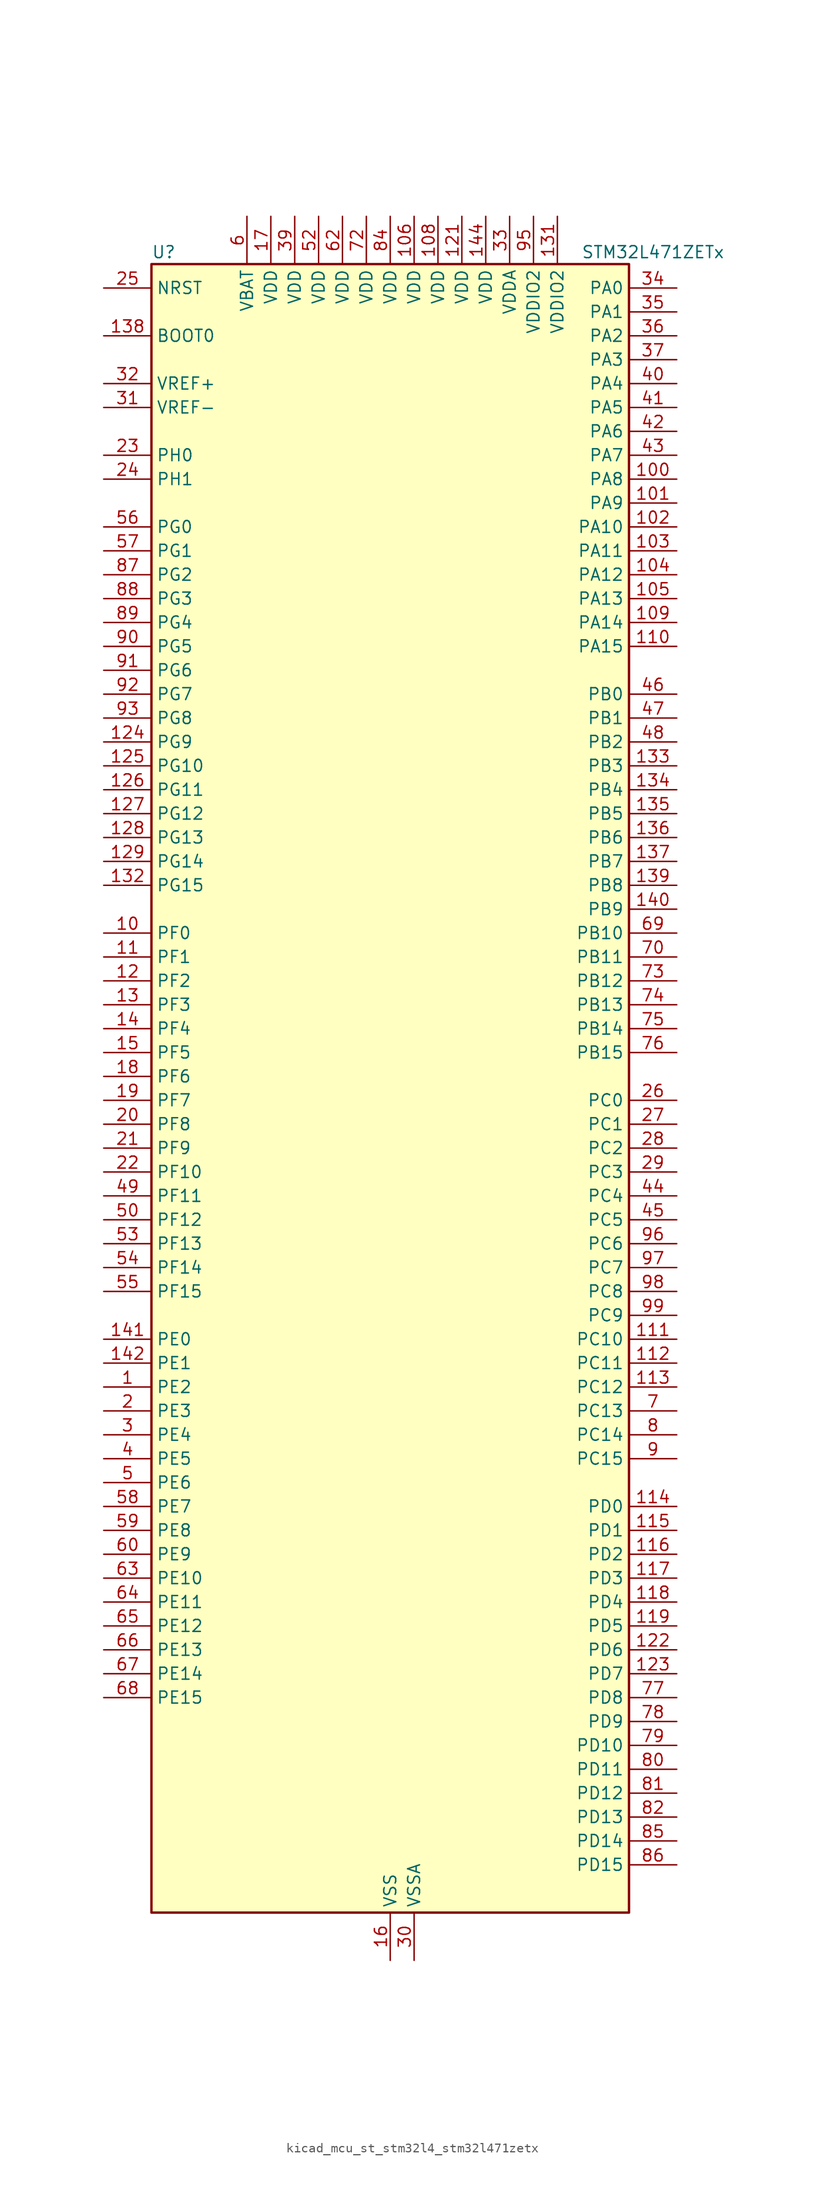
<source format=kicad_sym>
(kicad_symbol_lib
  (version 20220914)
  (generator kicad_symbol_editor)
  (symbol "kicad_mcu_st_stm32l4_stm32l471zetx"
    (property "Reference" "U"
      (at -25.4 90.17 0)
      (effects (font (size 1.27 1.27)) (justify left)))
    (property "Value" "STM32L471ZETx"
      (at 20.32 90.17 0)
      (effects (font (size 1.27 1.27)) (justify left)))
    (property "ki_locked" ""
      (at 0 0 0)
      (effects (font (size 1.27 1.27))))
    (symbol "kicad_mcu_st_stm32l4_stm32l471zetx_0_1"
      (rectangle (start -25.4 -86.36) (end 25.4 88.9) (stroke (width 0.254) (type default)) (fill (type background))))
    (symbol "kicad_mcu_st_stm32l4_stm32l471zetx_1_1"
      (pin bidirectional line (at -30.48 -30.48 0) (length 5.08) (name "PE2" (effects (font (size 1.27 1.27)))) (number "1" (effects (font (size 1.27 1.27)))) (alternate "FMC_A23" bidirectional line) (alternate "SAI1_MCLK_A" bidirectional line) (alternate "SYS_TRACECLK" bidirectional line) (alternate "TIM3_ETR" bidirectional line) (alternate "TSC_G7_IO1" bidirectional line))
      (pin bidirectional line (at -30.48 17.78 0) (length 5.08) (name "PF0" (effects (font (size 1.27 1.27)))) (number "10" (effects (font (size 1.27 1.27)))) (alternate "FMC_A0" bidirectional line) (alternate "I2C2_SDA" bidirectional line))
      (pin bidirectional line (at 30.48 66.04 180) (length 5.08) (name "PA8" (effects (font (size 1.27 1.27)))) (number "100" (effects (font (size 1.27 1.27)))) (alternate "LPTIM2_OUT" bidirectional line) (alternate "RCC_MCO" bidirectional line) (alternate "TIM1_CH1" bidirectional line) (alternate "USART1_CK" bidirectional line))
      (pin bidirectional line (at 30.48 63.5 180) (length 5.08) (name "PA9" (effects (font (size 1.27 1.27)))) (number "101" (effects (font (size 1.27 1.27)))) (alternate "DAC1_EXTI9" bidirectional line) (alternate "TIM15_BKIN" bidirectional line) (alternate "TIM1_CH2" bidirectional line) (alternate "USART1_TX" bidirectional line))
      (pin bidirectional line (at 30.48 60.96 180) (length 5.08) (name "PA10" (effects (font (size 1.27 1.27)))) (number "102" (effects (font (size 1.27 1.27)))) (alternate "TIM17_BKIN" bidirectional line) (alternate "TIM1_CH3" bidirectional line) (alternate "USART1_RX" bidirectional line))
      (pin bidirectional line (at 30.48 58.42 180) (length 5.08) (name "PA11" (effects (font (size 1.27 1.27)))) (number "103" (effects (font (size 1.27 1.27)))) (alternate "ADC1_EXTI11" bidirectional line) (alternate "ADC2_EXTI11" bidirectional line) (alternate "ADC3_EXTI11" bidirectional line) (alternate "CAN1_RX" bidirectional line) (alternate "TIM1_BKIN2" bidirectional line) (alternate "TIM1_BKIN2_COMP1" bidirectional line) (alternate "TIM1_CH4" bidirectional line) (alternate "USART1_CTS" bidirectional line))
      (pin bidirectional line (at 30.48 55.88 180) (length 5.08) (name "PA12" (effects (font (size 1.27 1.27)))) (number "104" (effects (font (size 1.27 1.27)))) (alternate "CAN1_TX" bidirectional line) (alternate "TIM1_ETR" bidirectional line) (alternate "USART1_DE" bidirectional line) (alternate "USART1_RTS" bidirectional line))
      (pin bidirectional line (at 30.48 53.34 180) (length 5.08) (name "PA13" (effects (font (size 1.27 1.27)))) (number "105" (effects (font (size 1.27 1.27)))) (alternate "IR_OUT" bidirectional line) (alternate "SYS_JTMS-SWDIO" bidirectional line))
      (pin power_in line (at 2.54 93.98 270) (length 5.08) (name "VDD" (effects (font (size 1.27 1.27)))) (number "106" (effects (font (size 1.27 1.27)))))
      (pin passive line (at 0 -91.44 90) (length 5.08) hide (name "VSS" (effects (font (size 1.27 1.27)))) (number "107" (effects (font (size 1.27 1.27)))))
      (pin power_in line (at 5.08 93.98 270) (length 5.08) (name "VDD" (effects (font (size 1.27 1.27)))) (number "108" (effects (font (size 1.27 1.27)))))
      (pin bidirectional line (at 30.48 50.8 180) (length 5.08) (name "PA14" (effects (font (size 1.27 1.27)))) (number "109" (effects (font (size 1.27 1.27)))) (alternate "SYS_JTCK-SWCLK" bidirectional line))
      (pin bidirectional line (at -30.48 15.24 0) (length 5.08) (name "PF1" (effects (font (size 1.27 1.27)))) (number "11" (effects (font (size 1.27 1.27)))) (alternate "FMC_A1" bidirectional line) (alternate "I2C2_SCL" bidirectional line))
      (pin bidirectional line (at 30.48 48.26 180) (length 5.08) (name "PA15" (effects (font (size 1.27 1.27)))) (number "110" (effects (font (size 1.27 1.27)))) (alternate "ADC1_EXTI15" bidirectional line) (alternate "ADC2_EXTI15" bidirectional line) (alternate "ADC3_EXTI15" bidirectional line) (alternate "SAI2_FS_B" bidirectional line) (alternate "SPI1_NSS" bidirectional line) (alternate "SPI3_NSS" bidirectional line) (alternate "SYS_JTDI" bidirectional line) (alternate "TIM2_CH1" bidirectional line) (alternate "TIM2_ETR" bidirectional line) (alternate "TSC_G3_IO1" bidirectional line) (alternate "UART4_DE" bidirectional line) (alternate "UART4_RTS" bidirectional line))
      (pin bidirectional line (at 30.48 -25.4 180) (length 5.08) (name "PC10" (effects (font (size 1.27 1.27)))) (number "111" (effects (font (size 1.27 1.27)))) (alternate "SAI2_SCK_B" bidirectional line) (alternate "SDMMC1_D2" bidirectional line) (alternate "SPI3_SCK" bidirectional line) (alternate "TSC_G3_IO2" bidirectional line) (alternate "UART4_TX" bidirectional line) (alternate "USART3_TX" bidirectional line))
      (pin bidirectional line (at 30.48 -27.94 180) (length 5.08) (name "PC11" (effects (font (size 1.27 1.27)))) (number "112" (effects (font (size 1.27 1.27)))) (alternate "ADC1_EXTI11" bidirectional line) (alternate "ADC2_EXTI11" bidirectional line) (alternate "ADC3_EXTI11" bidirectional line) (alternate "SAI2_MCLK_B" bidirectional line) (alternate "SDMMC1_D3" bidirectional line) (alternate "SPI3_MISO" bidirectional line) (alternate "TSC_G3_IO3" bidirectional line) (alternate "UART4_RX" bidirectional line) (alternate "USART3_RX" bidirectional line))
      (pin bidirectional line (at 30.48 -30.48 180) (length 5.08) (name "PC12" (effects (font (size 1.27 1.27)))) (number "113" (effects (font (size 1.27 1.27)))) (alternate "SAI2_SD_B" bidirectional line) (alternate "SDMMC1_CK" bidirectional line) (alternate "SPI3_MOSI" bidirectional line) (alternate "TSC_G3_IO4" bidirectional line) (alternate "UART5_TX" bidirectional line) (alternate "USART3_CK" bidirectional line))
      (pin bidirectional line (at 30.48 -43.18 180) (length 5.08) (name "PD0" (effects (font (size 1.27 1.27)))) (number "114" (effects (font (size 1.27 1.27)))) (alternate "CAN1_RX" bidirectional line) (alternate "DFSDM1_DATIN7" bidirectional line) (alternate "FMC_D2" bidirectional line) (alternate "FMC_DA2" bidirectional line) (alternate "SPI2_NSS" bidirectional line))
      (pin bidirectional line (at 30.48 -45.72 180) (length 5.08) (name "PD1" (effects (font (size 1.27 1.27)))) (number "115" (effects (font (size 1.27 1.27)))) (alternate "CAN1_TX" bidirectional line) (alternate "DFSDM1_CKIN7" bidirectional line) (alternate "FMC_D3" bidirectional line) (alternate "FMC_DA3" bidirectional line) (alternate "SPI2_SCK" bidirectional line))
      (pin bidirectional line (at 30.48 -48.26 180) (length 5.08) (name "PD2" (effects (font (size 1.27 1.27)))) (number "116" (effects (font (size 1.27 1.27)))) (alternate "SDMMC1_CMD" bidirectional line) (alternate "TIM3_ETR" bidirectional line) (alternate "TSC_SYNC" bidirectional line) (alternate "UART5_RX" bidirectional line) (alternate "USART3_DE" bidirectional line) (alternate "USART3_RTS" bidirectional line))
      (pin bidirectional line (at 30.48 -50.8 180) (length 5.08) (name "PD3" (effects (font (size 1.27 1.27)))) (number "117" (effects (font (size 1.27 1.27)))) (alternate "DFSDM1_DATIN0" bidirectional line) (alternate "FMC_CLK" bidirectional line) (alternate "SPI2_MISO" bidirectional line) (alternate "USART2_CTS" bidirectional line))
      (pin bidirectional line (at 30.48 -53.34 180) (length 5.08) (name "PD4" (effects (font (size 1.27 1.27)))) (number "118" (effects (font (size 1.27 1.27)))) (alternate "DFSDM1_CKIN0" bidirectional line) (alternate "FMC_NOE" bidirectional line) (alternate "SPI2_MOSI" bidirectional line) (alternate "USART2_DE" bidirectional line) (alternate "USART2_RTS" bidirectional line))
      (pin bidirectional line (at 30.48 -55.88 180) (length 5.08) (name "PD5" (effects (font (size 1.27 1.27)))) (number "119" (effects (font (size 1.27 1.27)))) (alternate "FMC_NWE" bidirectional line) (alternate "USART2_TX" bidirectional line))
      (pin bidirectional line (at -30.48 12.7 0) (length 5.08) (name "PF2" (effects (font (size 1.27 1.27)))) (number "12" (effects (font (size 1.27 1.27)))) (alternate "FMC_A2" bidirectional line) (alternate "I2C2_SMBA" bidirectional line))
      (pin passive line (at 0 -91.44 90) (length 5.08) hide (name "VSS" (effects (font (size 1.27 1.27)))) (number "120" (effects (font (size 1.27 1.27)))))
      (pin power_in line (at 7.62 93.98 270) (length 5.08) (name "VDD" (effects (font (size 1.27 1.27)))) (number "121" (effects (font (size 1.27 1.27)))))
      (pin bidirectional line (at 30.48 -58.42 180) (length 5.08) (name "PD6" (effects (font (size 1.27 1.27)))) (number "122" (effects (font (size 1.27 1.27)))) (alternate "DFSDM1_DATIN1" bidirectional line) (alternate "FMC_NWAIT" bidirectional line) (alternate "SAI1_SD_A" bidirectional line) (alternate "USART2_RX" bidirectional line))
      (pin bidirectional line (at 30.48 -60.96 180) (length 5.08) (name "PD7" (effects (font (size 1.27 1.27)))) (number "123" (effects (font (size 1.27 1.27)))) (alternate "DFSDM1_CKIN1" bidirectional line) (alternate "FMC_NE1" bidirectional line) (alternate "USART2_CK" bidirectional line))
      (pin bidirectional line (at -30.48 38.1 0) (length 5.08) (name "PG9" (effects (font (size 1.27 1.27)))) (number "124" (effects (font (size 1.27 1.27)))) (alternate "DAC1_EXTI9" bidirectional line) (alternate "FMC_NCE3" bidirectional line) (alternate "FMC_NE2" bidirectional line) (alternate "SAI2_SCK_A" bidirectional line) (alternate "SPI3_SCK" bidirectional line) (alternate "TIM15_CH1N" bidirectional line) (alternate "USART1_TX" bidirectional line))
      (pin bidirectional line (at -30.48 35.56 0) (length 5.08) (name "PG10" (effects (font (size 1.27 1.27)))) (number "125" (effects (font (size 1.27 1.27)))) (alternate "FMC_NE3" bidirectional line) (alternate "LPTIM1_IN1" bidirectional line) (alternate "SAI2_FS_A" bidirectional line) (alternate "SPI3_MISO" bidirectional line) (alternate "TIM15_CH1" bidirectional line) (alternate "USART1_RX" bidirectional line))
      (pin bidirectional line (at -30.48 33.02 0) (length 5.08) (name "PG11" (effects (font (size 1.27 1.27)))) (number "126" (effects (font (size 1.27 1.27)))) (alternate "ADC1_EXTI11" bidirectional line) (alternate "ADC2_EXTI11" bidirectional line) (alternate "ADC3_EXTI11" bidirectional line) (alternate "LPTIM1_IN2" bidirectional line) (alternate "SAI2_MCLK_A" bidirectional line) (alternate "SPI3_MOSI" bidirectional line) (alternate "TIM15_CH2" bidirectional line) (alternate "USART1_CTS" bidirectional line))
      (pin bidirectional line (at -30.48 30.48 0) (length 5.08) (name "PG12" (effects (font (size 1.27 1.27)))) (number "127" (effects (font (size 1.27 1.27)))) (alternate "FMC_NE4" bidirectional line) (alternate "LPTIM1_ETR" bidirectional line) (alternate "SAI2_SD_A" bidirectional line) (alternate "SPI3_NSS" bidirectional line) (alternate "USART1_DE" bidirectional line) (alternate "USART1_RTS" bidirectional line))
      (pin bidirectional line (at -30.48 27.94 0) (length 5.08) (name "PG13" (effects (font (size 1.27 1.27)))) (number "128" (effects (font (size 1.27 1.27)))) (alternate "FMC_A24" bidirectional line) (alternate "I2C1_SDA" bidirectional line) (alternate "USART1_CK" bidirectional line))
      (pin bidirectional line (at -30.48 25.4 0) (length 5.08) (name "PG14" (effects (font (size 1.27 1.27)))) (number "129" (effects (font (size 1.27 1.27)))) (alternate "FMC_A25" bidirectional line) (alternate "I2C1_SCL" bidirectional line))
      (pin bidirectional line (at -30.48 10.16 0) (length 5.08) (name "PF3" (effects (font (size 1.27 1.27)))) (number "13" (effects (font (size 1.27 1.27)))) (alternate "ADC3_IN6" bidirectional line) (alternate "FMC_A3" bidirectional line))
      (pin passive line (at 0 -91.44 90) (length 5.08) hide (name "VSS" (effects (font (size 1.27 1.27)))) (number "130" (effects (font (size 1.27 1.27)))))
      (pin power_in line (at 17.78 93.98 270) (length 5.08) (name "VDDIO2" (effects (font (size 1.27 1.27)))) (number "131" (effects (font (size 1.27 1.27)))))
      (pin bidirectional line (at -30.48 22.86 0) (length 5.08) (name "PG15" (effects (font (size 1.27 1.27)))) (number "132" (effects (font (size 1.27 1.27)))) (alternate "ADC1_EXTI15" bidirectional line) (alternate "ADC2_EXTI15" bidirectional line) (alternate "ADC3_EXTI15" bidirectional line) (alternate "I2C1_SMBA" bidirectional line) (alternate "LPTIM1_OUT" bidirectional line))
      (pin bidirectional line (at 30.48 35.56 180) (length 5.08) (name "PB3" (effects (font (size 1.27 1.27)))) (number "133" (effects (font (size 1.27 1.27)))) (alternate "COMP2_INM" bidirectional line) (alternate "SAI1_SCK_B" bidirectional line) (alternate "SPI1_SCK" bidirectional line) (alternate "SPI3_SCK" bidirectional line) (alternate "SYS_JTDO-SWO" bidirectional line) (alternate "TIM2_CH2" bidirectional line) (alternate "USART1_DE" bidirectional line) (alternate "USART1_RTS" bidirectional line))
      (pin bidirectional line (at 30.48 33.02 180) (length 5.08) (name "PB4" (effects (font (size 1.27 1.27)))) (number "134" (effects (font (size 1.27 1.27)))) (alternate "COMP2_INP" bidirectional line) (alternate "SAI1_MCLK_B" bidirectional line) (alternate "SPI1_MISO" bidirectional line) (alternate "SPI3_MISO" bidirectional line) (alternate "SYS_JTRST" bidirectional line) (alternate "TIM17_BKIN" bidirectional line) (alternate "TIM3_CH1" bidirectional line) (alternate "TSC_G2_IO1" bidirectional line) (alternate "UART5_DE" bidirectional line) (alternate "UART5_RTS" bidirectional line) (alternate "USART1_CTS" bidirectional line))
      (pin bidirectional line (at 30.48 30.48 180) (length 5.08) (name "PB5" (effects (font (size 1.27 1.27)))) (number "135" (effects (font (size 1.27 1.27)))) (alternate "COMP2_OUT" bidirectional line) (alternate "I2C1_SMBA" bidirectional line) (alternate "LPTIM1_IN1" bidirectional line) (alternate "SAI1_SD_B" bidirectional line) (alternate "SPI1_MOSI" bidirectional line) (alternate "SPI3_MOSI" bidirectional line) (alternate "TIM16_BKIN" bidirectional line) (alternate "TIM3_CH2" bidirectional line) (alternate "TSC_G2_IO2" bidirectional line) (alternate "UART5_CTS" bidirectional line) (alternate "USART1_CK" bidirectional line))
      (pin bidirectional line (at 30.48 27.94 180) (length 5.08) (name "PB6" (effects (font (size 1.27 1.27)))) (number "136" (effects (font (size 1.27 1.27)))) (alternate "COMP2_INP" bidirectional line) (alternate "DFSDM1_DATIN5" bidirectional line) (alternate "I2C1_SCL" bidirectional line) (alternate "LPTIM1_ETR" bidirectional line) (alternate "SAI1_FS_B" bidirectional line) (alternate "TIM16_CH1N" bidirectional line) (alternate "TIM4_CH1" bidirectional line) (alternate "TIM8_BKIN2" bidirectional line) (alternate "TIM8_BKIN2_COMP2" bidirectional line) (alternate "TSC_G2_IO3" bidirectional line) (alternate "USART1_TX" bidirectional line))
      (pin bidirectional line (at 30.48 25.4 180) (length 5.08) (name "PB7" (effects (font (size 1.27 1.27)))) (number "137" (effects (font (size 1.27 1.27)))) (alternate "COMP2_INM" bidirectional line) (alternate "DFSDM1_CKIN5" bidirectional line) (alternate "FMC_NL" bidirectional line) (alternate "I2C1_SDA" bidirectional line) (alternate "LPTIM1_IN2" bidirectional line) (alternate "SYS_PVD_IN" bidirectional line) (alternate "TIM17_CH1N" bidirectional line) (alternate "TIM4_CH2" bidirectional line) (alternate "TIM8_BKIN" bidirectional line) (alternate "TIM8_BKIN_COMP1" bidirectional line) (alternate "TSC_G2_IO4" bidirectional line) (alternate "UART4_CTS" bidirectional line) (alternate "USART1_RX" bidirectional line))
      (pin input line (at -30.48 81.28 0) (length 5.08) (name "BOOT0" (effects (font (size 1.27 1.27)))) (number "138" (effects (font (size 1.27 1.27)))))
      (pin bidirectional line (at 30.48 22.86 180) (length 5.08) (name "PB8" (effects (font (size 1.27 1.27)))) (number "139" (effects (font (size 1.27 1.27)))) (alternate "CAN1_RX" bidirectional line) (alternate "DFSDM1_DATIN6" bidirectional line) (alternate "I2C1_SCL" bidirectional line) (alternate "SAI1_MCLK_A" bidirectional line) (alternate "SDMMC1_D4" bidirectional line) (alternate "TIM16_CH1" bidirectional line) (alternate "TIM4_CH3" bidirectional line))
      (pin bidirectional line (at -30.48 7.62 0) (length 5.08) (name "PF4" (effects (font (size 1.27 1.27)))) (number "14" (effects (font (size 1.27 1.27)))) (alternate "ADC3_IN7" bidirectional line) (alternate "FMC_A4" bidirectional line))
      (pin bidirectional line (at 30.48 20.32 180) (length 5.08) (name "PB9" (effects (font (size 1.27 1.27)))) (number "140" (effects (font (size 1.27 1.27)))) (alternate "CAN1_TX" bidirectional line) (alternate "DAC1_EXTI9" bidirectional line) (alternate "DFSDM1_CKIN6" bidirectional line) (alternate "I2C1_SDA" bidirectional line) (alternate "IR_OUT" bidirectional line) (alternate "SAI1_FS_A" bidirectional line) (alternate "SDMMC1_D5" bidirectional line) (alternate "SPI2_NSS" bidirectional line) (alternate "TIM17_CH1" bidirectional line) (alternate "TIM4_CH4" bidirectional line))
      (pin bidirectional line (at -30.48 -25.4 0) (length 5.08) (name "PE0" (effects (font (size 1.27 1.27)))) (number "141" (effects (font (size 1.27 1.27)))) (alternate "FMC_NBL0" bidirectional line) (alternate "TIM16_CH1" bidirectional line) (alternate "TIM4_ETR" bidirectional line))
      (pin bidirectional line (at -30.48 -27.94 0) (length 5.08) (name "PE1" (effects (font (size 1.27 1.27)))) (number "142" (effects (font (size 1.27 1.27)))) (alternate "FMC_NBL1" bidirectional line) (alternate "TIM17_CH1" bidirectional line))
      (pin passive line (at 0 -91.44 90) (length 5.08) hide (name "VSS" (effects (font (size 1.27 1.27)))) (number "143" (effects (font (size 1.27 1.27)))))
      (pin power_in line (at 10.16 93.98 270) (length 5.08) (name "VDD" (effects (font (size 1.27 1.27)))) (number "144" (effects (font (size 1.27 1.27)))))
      (pin bidirectional line (at -30.48 5.08 0) (length 5.08) (name "PF5" (effects (font (size 1.27 1.27)))) (number "15" (effects (font (size 1.27 1.27)))) (alternate "ADC3_IN8" bidirectional line) (alternate "FMC_A5" bidirectional line))
      (pin power_in line (at 0 -91.44 90) (length 5.08) (name "VSS" (effects (font (size 1.27 1.27)))) (number "16" (effects (font (size 1.27 1.27)))))
      (pin power_in line (at -12.7 93.98 270) (length 5.08) (name "VDD" (effects (font (size 1.27 1.27)))) (number "17" (effects (font (size 1.27 1.27)))))
      (pin bidirectional line (at -30.48 2.54 0) (length 5.08) (name "PF6" (effects (font (size 1.27 1.27)))) (number "18" (effects (font (size 1.27 1.27)))) (alternate "ADC3_IN9" bidirectional line) (alternate "SAI1_SD_B" bidirectional line) (alternate "TIM5_CH1" bidirectional line) (alternate "TIM5_ETR" bidirectional line))
      (pin bidirectional line (at -30.48 0 0) (length 5.08) (name "PF7" (effects (font (size 1.27 1.27)))) (number "19" (effects (font (size 1.27 1.27)))) (alternate "ADC3_IN10" bidirectional line) (alternate "SAI1_MCLK_B" bidirectional line) (alternate "TIM5_CH2" bidirectional line))
      (pin bidirectional line (at -30.48 -33.02 0) (length 5.08) (name "PE3" (effects (font (size 1.27 1.27)))) (number "2" (effects (font (size 1.27 1.27)))) (alternate "FMC_A19" bidirectional line) (alternate "SAI1_SD_B" bidirectional line) (alternate "SYS_TRACED0" bidirectional line) (alternate "TIM3_CH1" bidirectional line) (alternate "TSC_G7_IO2" bidirectional line))
      (pin bidirectional line (at -30.48 -2.54 0) (length 5.08) (name "PF8" (effects (font (size 1.27 1.27)))) (number "20" (effects (font (size 1.27 1.27)))) (alternate "ADC3_IN11" bidirectional line) (alternate "SAI1_SCK_B" bidirectional line) (alternate "TIM5_CH3" bidirectional line))
      (pin bidirectional line (at -30.48 -5.08 0) (length 5.08) (name "PF9" (effects (font (size 1.27 1.27)))) (number "21" (effects (font (size 1.27 1.27)))) (alternate "ADC3_IN12" bidirectional line) (alternate "DAC1_EXTI9" bidirectional line) (alternate "SAI1_FS_B" bidirectional line) (alternate "TIM15_CH1" bidirectional line) (alternate "TIM5_CH4" bidirectional line))
      (pin bidirectional line (at -30.48 -7.62 0) (length 5.08) (name "PF10" (effects (font (size 1.27 1.27)))) (number "22" (effects (font (size 1.27 1.27)))) (alternate "ADC3_IN13" bidirectional line) (alternate "TIM15_CH2" bidirectional line))
      (pin bidirectional line (at -30.48 68.58 0) (length 5.08) (name "PH0" (effects (font (size 1.27 1.27)))) (number "23" (effects (font (size 1.27 1.27)))) (alternate "RCC_OSC_IN" bidirectional line))
      (pin bidirectional line (at -30.48 66.04 0) (length 5.08) (name "PH1" (effects (font (size 1.27 1.27)))) (number "24" (effects (font (size 1.27 1.27)))) (alternate "RCC_OSC_OUT" bidirectional line))
      (pin input line (at -30.48 86.36 0) (length 5.08) (name "NRST" (effects (font (size 1.27 1.27)))) (number "25" (effects (font (size 1.27 1.27)))))
      (pin bidirectional line (at 30.48 0 180) (length 5.08) (name "PC0" (effects (font (size 1.27 1.27)))) (number "26" (effects (font (size 1.27 1.27)))) (alternate "ADC1_IN1" bidirectional line) (alternate "ADC2_IN1" bidirectional line) (alternate "ADC3_IN1" bidirectional line) (alternate "DFSDM1_DATIN4" bidirectional line) (alternate "I2C3_SCL" bidirectional line) (alternate "LPTIM1_IN1" bidirectional line) (alternate "LPTIM2_IN1" bidirectional line) (alternate "LPUART1_RX" bidirectional line))
      (pin bidirectional line (at 30.48 -2.54 180) (length 5.08) (name "PC1" (effects (font (size 1.27 1.27)))) (number "27" (effects (font (size 1.27 1.27)))) (alternate "ADC1_IN2" bidirectional line) (alternate "ADC2_IN2" bidirectional line) (alternate "ADC3_IN2" bidirectional line) (alternate "DFSDM1_CKIN4" bidirectional line) (alternate "I2C3_SDA" bidirectional line) (alternate "LPTIM1_OUT" bidirectional line) (alternate "LPUART1_TX" bidirectional line))
      (pin bidirectional line (at 30.48 -5.08 180) (length 5.08) (name "PC2" (effects (font (size 1.27 1.27)))) (number "28" (effects (font (size 1.27 1.27)))) (alternate "ADC1_IN3" bidirectional line) (alternate "ADC2_IN3" bidirectional line) (alternate "ADC3_IN3" bidirectional line) (alternate "DFSDM1_CKOUT" bidirectional line) (alternate "LPTIM1_IN2" bidirectional line) (alternate "SPI2_MISO" bidirectional line))
      (pin bidirectional line (at 30.48 -7.62 180) (length 5.08) (name "PC3" (effects (font (size 1.27 1.27)))) (number "29" (effects (font (size 1.27 1.27)))) (alternate "ADC1_IN4" bidirectional line) (alternate "ADC2_IN4" bidirectional line) (alternate "ADC3_IN4" bidirectional line) (alternate "LPTIM1_ETR" bidirectional line) (alternate "LPTIM2_ETR" bidirectional line) (alternate "SAI1_SD_A" bidirectional line) (alternate "SPI2_MOSI" bidirectional line))
      (pin bidirectional line (at -30.48 -35.56 0) (length 5.08) (name "PE4" (effects (font (size 1.27 1.27)))) (number "3" (effects (font (size 1.27 1.27)))) (alternate "DFSDM1_DATIN3" bidirectional line) (alternate "FMC_A20" bidirectional line) (alternate "SAI1_FS_A" bidirectional line) (alternate "SYS_TRACED1" bidirectional line) (alternate "TIM3_CH2" bidirectional line) (alternate "TSC_G7_IO3" bidirectional line))
      (pin power_in line (at 2.54 -91.44 90) (length 5.08) (name "VSSA" (effects (font (size 1.27 1.27)))) (number "30" (effects (font (size 1.27 1.27)))))
      (pin input line (at -30.48 73.66 0) (length 5.08) (name "VREF-" (effects (font (size 1.27 1.27)))) (number "31" (effects (font (size 1.27 1.27)))))
      (pin input line (at -30.48 76.2 0) (length 5.08) (name "VREF+" (effects (font (size 1.27 1.27)))) (number "32" (effects (font (size 1.27 1.27)))) (alternate "VREFBUF_OUT" bidirectional line))
      (pin power_in line (at 12.7 93.98 270) (length 5.08) (name "VDDA" (effects (font (size 1.27 1.27)))) (number "33" (effects (font (size 1.27 1.27)))))
      (pin bidirectional line (at 30.48 86.36 180) (length 5.08) (name "PA0" (effects (font (size 1.27 1.27)))) (number "34" (effects (font (size 1.27 1.27)))) (alternate "ADC1_IN5" bidirectional line) (alternate "ADC2_IN5" bidirectional line) (alternate "OPAMP1_VINP" bidirectional line) (alternate "RTC_TAMP2" bidirectional line) (alternate "SAI1_EXTCLK" bidirectional line) (alternate "SYS_WKUP1" bidirectional line) (alternate "TIM2_CH1" bidirectional line) (alternate "TIM2_ETR" bidirectional line) (alternate "TIM5_CH1" bidirectional line) (alternate "TIM8_ETR" bidirectional line) (alternate "UART4_TX" bidirectional line) (alternate "USART2_CTS" bidirectional line))
      (pin bidirectional line (at 30.48 83.82 180) (length 5.08) (name "PA1" (effects (font (size 1.27 1.27)))) (number "35" (effects (font (size 1.27 1.27)))) (alternate "ADC1_IN6" bidirectional line) (alternate "ADC2_IN6" bidirectional line) (alternate "OPAMP1_VINM" bidirectional line) (alternate "TIM15_CH1N" bidirectional line) (alternate "TIM2_CH2" bidirectional line) (alternate "TIM5_CH2" bidirectional line) (alternate "UART4_RX" bidirectional line) (alternate "USART2_DE" bidirectional line) (alternate "USART2_RTS" bidirectional line))
      (pin bidirectional line (at 30.48 81.28 180) (length 5.08) (name "PA2" (effects (font (size 1.27 1.27)))) (number "36" (effects (font (size 1.27 1.27)))) (alternate "ADC1_IN7" bidirectional line) (alternate "ADC2_IN7" bidirectional line) (alternate "RCC_LSCO" bidirectional line) (alternate "SAI2_EXTCLK" bidirectional line) (alternate "SYS_WKUP4" bidirectional line) (alternate "TIM15_CH1" bidirectional line) (alternate "TIM2_CH3" bidirectional line) (alternate "TIM5_CH3" bidirectional line) (alternate "USART2_TX" bidirectional line))
      (pin bidirectional line (at 30.48 78.74 180) (length 5.08) (name "PA3" (effects (font (size 1.27 1.27)))) (number "37" (effects (font (size 1.27 1.27)))) (alternate "ADC1_IN8" bidirectional line) (alternate "ADC2_IN8" bidirectional line) (alternate "OPAMP1_VOUT" bidirectional line) (alternate "TIM15_CH2" bidirectional line) (alternate "TIM2_CH4" bidirectional line) (alternate "TIM5_CH4" bidirectional line) (alternate "USART2_RX" bidirectional line))
      (pin passive line (at 0 -91.44 90) (length 5.08) hide (name "VSS" (effects (font (size 1.27 1.27)))) (number "38" (effects (font (size 1.27 1.27)))))
      (pin power_in line (at -10.16 93.98 270) (length 5.08) (name "VDD" (effects (font (size 1.27 1.27)))) (number "39" (effects (font (size 1.27 1.27)))))
      (pin bidirectional line (at -30.48 -38.1 0) (length 5.08) (name "PE5" (effects (font (size 1.27 1.27)))) (number "4" (effects (font (size 1.27 1.27)))) (alternate "DFSDM1_CKIN3" bidirectional line) (alternate "FMC_A21" bidirectional line) (alternate "SAI1_SCK_A" bidirectional line) (alternate "SYS_TRACED2" bidirectional line) (alternate "TIM3_CH3" bidirectional line) (alternate "TSC_G7_IO4" bidirectional line))
      (pin bidirectional line (at 30.48 76.2 180) (length 5.08) (name "PA4" (effects (font (size 1.27 1.27)))) (number "40" (effects (font (size 1.27 1.27)))) (alternate "ADC1_IN9" bidirectional line) (alternate "ADC2_IN9" bidirectional line) (alternate "DAC1_OUT1" bidirectional line) (alternate "LPTIM2_OUT" bidirectional line) (alternate "SAI1_FS_B" bidirectional line) (alternate "SPI1_NSS" bidirectional line) (alternate "SPI3_NSS" bidirectional line) (alternate "USART2_CK" bidirectional line))
      (pin bidirectional line (at 30.48 73.66 180) (length 5.08) (name "PA5" (effects (font (size 1.27 1.27)))) (number "41" (effects (font (size 1.27 1.27)))) (alternate "ADC1_IN10" bidirectional line) (alternate "ADC2_IN10" bidirectional line) (alternate "DAC1_OUT2" bidirectional line) (alternate "LPTIM2_ETR" bidirectional line) (alternate "SPI1_SCK" bidirectional line) (alternate "TIM2_CH1" bidirectional line) (alternate "TIM2_ETR" bidirectional line) (alternate "TIM8_CH1N" bidirectional line))
      (pin bidirectional line (at 30.48 71.12 180) (length 5.08) (name "PA6" (effects (font (size 1.27 1.27)))) (number "42" (effects (font (size 1.27 1.27)))) (alternate "ADC1_IN11" bidirectional line) (alternate "ADC2_IN11" bidirectional line) (alternate "OPAMP2_VINP" bidirectional line) (alternate "QUADSPI_BK1_IO3" bidirectional line) (alternate "SPI1_MISO" bidirectional line) (alternate "TIM16_CH1" bidirectional line) (alternate "TIM1_BKIN" bidirectional line) (alternate "TIM1_BKIN_COMP2" bidirectional line) (alternate "TIM3_CH1" bidirectional line) (alternate "TIM8_BKIN" bidirectional line) (alternate "TIM8_BKIN_COMP2" bidirectional line) (alternate "USART3_CTS" bidirectional line))
      (pin bidirectional line (at 30.48 68.58 180) (length 5.08) (name "PA7" (effects (font (size 1.27 1.27)))) (number "43" (effects (font (size 1.27 1.27)))) (alternate "ADC1_IN12" bidirectional line) (alternate "ADC2_IN12" bidirectional line) (alternate "OPAMP2_VINM" bidirectional line) (alternate "QUADSPI_BK1_IO2" bidirectional line) (alternate "SPI1_MOSI" bidirectional line) (alternate "TIM17_CH1" bidirectional line) (alternate "TIM1_CH1N" bidirectional line) (alternate "TIM3_CH2" bidirectional line) (alternate "TIM8_CH1N" bidirectional line))
      (pin bidirectional line (at 30.48 -10.16 180) (length 5.08) (name "PC4" (effects (font (size 1.27 1.27)))) (number "44" (effects (font (size 1.27 1.27)))) (alternate "ADC1_IN13" bidirectional line) (alternate "ADC2_IN13" bidirectional line) (alternate "COMP1_INM" bidirectional line) (alternate "USART3_TX" bidirectional line))
      (pin bidirectional line (at 30.48 -12.7 180) (length 5.08) (name "PC5" (effects (font (size 1.27 1.27)))) (number "45" (effects (font (size 1.27 1.27)))) (alternate "ADC1_IN14" bidirectional line) (alternate "ADC2_IN14" bidirectional line) (alternate "COMP1_INP" bidirectional line) (alternate "SYS_WKUP5" bidirectional line) (alternate "USART3_RX" bidirectional line))
      (pin bidirectional line (at 30.48 43.18 180) (length 5.08) (name "PB0" (effects (font (size 1.27 1.27)))) (number "46" (effects (font (size 1.27 1.27)))) (alternate "ADC1_IN15" bidirectional line) (alternate "ADC2_IN15" bidirectional line) (alternate "COMP1_OUT" bidirectional line) (alternate "OPAMP2_VOUT" bidirectional line) (alternate "QUADSPI_BK1_IO1" bidirectional line) (alternate "TIM1_CH2N" bidirectional line) (alternate "TIM3_CH3" bidirectional line) (alternate "TIM8_CH2N" bidirectional line) (alternate "USART3_CK" bidirectional line))
      (pin bidirectional line (at 30.48 40.64 180) (length 5.08) (name "PB1" (effects (font (size 1.27 1.27)))) (number "47" (effects (font (size 1.27 1.27)))) (alternate "ADC1_IN16" bidirectional line) (alternate "ADC2_IN16" bidirectional line) (alternate "COMP1_INM" bidirectional line) (alternate "DFSDM1_DATIN0" bidirectional line) (alternate "LPTIM2_IN1" bidirectional line) (alternate "QUADSPI_BK1_IO0" bidirectional line) (alternate "TIM1_CH3N" bidirectional line) (alternate "TIM3_CH4" bidirectional line) (alternate "TIM8_CH3N" bidirectional line) (alternate "USART3_DE" bidirectional line) (alternate "USART3_RTS" bidirectional line))
      (pin bidirectional line (at 30.48 38.1 180) (length 5.08) (name "PB2" (effects (font (size 1.27 1.27)))) (number "48" (effects (font (size 1.27 1.27)))) (alternate "COMP1_INP" bidirectional line) (alternate "DFSDM1_CKIN0" bidirectional line) (alternate "I2C3_SMBA" bidirectional line) (alternate "LPTIM1_OUT" bidirectional line) (alternate "RTC_OUT_ALARM" bidirectional line) (alternate "RTC_OUT_CALIB" bidirectional line))
      (pin bidirectional line (at -30.48 -10.16 0) (length 5.08) (name "PF11" (effects (font (size 1.27 1.27)))) (number "49" (effects (font (size 1.27 1.27)))) (alternate "ADC1_EXTI11" bidirectional line) (alternate "ADC2_EXTI11" bidirectional line) (alternate "ADC3_EXTI11" bidirectional line))
      (pin bidirectional line (at -30.48 -40.64 0) (length 5.08) (name "PE6" (effects (font (size 1.27 1.27)))) (number "5" (effects (font (size 1.27 1.27)))) (alternate "FMC_A22" bidirectional line) (alternate "RTC_TAMP3" bidirectional line) (alternate "SAI1_SD_A" bidirectional line) (alternate "SYS_TRACED3" bidirectional line) (alternate "SYS_WKUP3" bidirectional line) (alternate "TIM3_CH4" bidirectional line))
      (pin bidirectional line (at -30.48 -12.7 0) (length 5.08) (name "PF12" (effects (font (size 1.27 1.27)))) (number "50" (effects (font (size 1.27 1.27)))) (alternate "FMC_A6" bidirectional line))
      (pin passive line (at 0 -91.44 90) (length 5.08) hide (name "VSS" (effects (font (size 1.27 1.27)))) (number "51" (effects (font (size 1.27 1.27)))))
      (pin power_in line (at -7.62 93.98 270) (length 5.08) (name "VDD" (effects (font (size 1.27 1.27)))) (number "52" (effects (font (size 1.27 1.27)))))
      (pin bidirectional line (at -30.48 -15.24 0) (length 5.08) (name "PF13" (effects (font (size 1.27 1.27)))) (number "53" (effects (font (size 1.27 1.27)))) (alternate "DFSDM1_DATIN6" bidirectional line) (alternate "FMC_A7" bidirectional line))
      (pin bidirectional line (at -30.48 -17.78 0) (length 5.08) (name "PF14" (effects (font (size 1.27 1.27)))) (number "54" (effects (font (size 1.27 1.27)))) (alternate "DFSDM1_CKIN6" bidirectional line) (alternate "FMC_A8" bidirectional line) (alternate "TSC_G8_IO1" bidirectional line))
      (pin bidirectional line (at -30.48 -20.32 0) (length 5.08) (name "PF15" (effects (font (size 1.27 1.27)))) (number "55" (effects (font (size 1.27 1.27)))) (alternate "ADC1_EXTI15" bidirectional line) (alternate "ADC2_EXTI15" bidirectional line) (alternate "ADC3_EXTI15" bidirectional line) (alternate "FMC_A9" bidirectional line) (alternate "TSC_G8_IO2" bidirectional line))
      (pin bidirectional line (at -30.48 60.96 0) (length 5.08) (name "PG0" (effects (font (size 1.27 1.27)))) (number "56" (effects (font (size 1.27 1.27)))) (alternate "FMC_A10" bidirectional line) (alternate "TSC_G8_IO3" bidirectional line))
      (pin bidirectional line (at -30.48 58.42 0) (length 5.08) (name "PG1" (effects (font (size 1.27 1.27)))) (number "57" (effects (font (size 1.27 1.27)))) (alternate "FMC_A11" bidirectional line) (alternate "TSC_G8_IO4" bidirectional line))
      (pin bidirectional line (at -30.48 -43.18 0) (length 5.08) (name "PE7" (effects (font (size 1.27 1.27)))) (number "58" (effects (font (size 1.27 1.27)))) (alternate "DFSDM1_DATIN2" bidirectional line) (alternate "FMC_D4" bidirectional line) (alternate "FMC_DA4" bidirectional line) (alternate "SAI1_SD_B" bidirectional line) (alternate "TIM1_ETR" bidirectional line))
      (pin bidirectional line (at -30.48 -45.72 0) (length 5.08) (name "PE8" (effects (font (size 1.27 1.27)))) (number "59" (effects (font (size 1.27 1.27)))) (alternate "DFSDM1_CKIN2" bidirectional line) (alternate "FMC_D5" bidirectional line) (alternate "FMC_DA5" bidirectional line) (alternate "SAI1_SCK_B" bidirectional line) (alternate "TIM1_CH1N" bidirectional line))
      (pin power_in line (at -15.24 93.98 270) (length 5.08) (name "VBAT" (effects (font (size 1.27 1.27)))) (number "6" (effects (font (size 1.27 1.27)))))
      (pin bidirectional line (at -30.48 -48.26 0) (length 5.08) (name "PE9" (effects (font (size 1.27 1.27)))) (number "60" (effects (font (size 1.27 1.27)))) (alternate "DAC1_EXTI9" bidirectional line) (alternate "DFSDM1_CKOUT" bidirectional line) (alternate "FMC_D6" bidirectional line) (alternate "FMC_DA6" bidirectional line) (alternate "SAI1_FS_B" bidirectional line) (alternate "TIM1_CH1" bidirectional line))
      (pin passive line (at 0 -91.44 90) (length 5.08) hide (name "VSS" (effects (font (size 1.27 1.27)))) (number "61" (effects (font (size 1.27 1.27)))))
      (pin power_in line (at -5.08 93.98 270) (length 5.08) (name "VDD" (effects (font (size 1.27 1.27)))) (number "62" (effects (font (size 1.27 1.27)))))
      (pin bidirectional line (at -30.48 -50.8 0) (length 5.08) (name "PE10" (effects (font (size 1.27 1.27)))) (number "63" (effects (font (size 1.27 1.27)))) (alternate "DFSDM1_DATIN4" bidirectional line) (alternate "FMC_D7" bidirectional line) (alternate "FMC_DA7" bidirectional line) (alternate "QUADSPI_CLK" bidirectional line) (alternate "SAI1_MCLK_B" bidirectional line) (alternate "TIM1_CH2N" bidirectional line) (alternate "TSC_G5_IO1" bidirectional line))
      (pin bidirectional line (at -30.48 -53.34 0) (length 5.08) (name "PE11" (effects (font (size 1.27 1.27)))) (number "64" (effects (font (size 1.27 1.27)))) (alternate "ADC1_EXTI11" bidirectional line) (alternate "ADC2_EXTI11" bidirectional line) (alternate "ADC3_EXTI11" bidirectional line) (alternate "DFSDM1_CKIN4" bidirectional line) (alternate "FMC_D8" bidirectional line) (alternate "FMC_DA8" bidirectional line) (alternate "QUADSPI_NCS" bidirectional line) (alternate "TIM1_CH2" bidirectional line) (alternate "TSC_G5_IO2" bidirectional line))
      (pin bidirectional line (at -30.48 -55.88 0) (length 5.08) (name "PE12" (effects (font (size 1.27 1.27)))) (number "65" (effects (font (size 1.27 1.27)))) (alternate "DFSDM1_DATIN5" bidirectional line) (alternate "FMC_D9" bidirectional line) (alternate "FMC_DA9" bidirectional line) (alternate "QUADSPI_BK1_IO0" bidirectional line) (alternate "SPI1_NSS" bidirectional line) (alternate "TIM1_CH3N" bidirectional line) (alternate "TSC_G5_IO3" bidirectional line))
      (pin bidirectional line (at -30.48 -58.42 0) (length 5.08) (name "PE13" (effects (font (size 1.27 1.27)))) (number "66" (effects (font (size 1.27 1.27)))) (alternate "DFSDM1_CKIN5" bidirectional line) (alternate "FMC_D10" bidirectional line) (alternate "FMC_DA10" bidirectional line) (alternate "QUADSPI_BK1_IO1" bidirectional line) (alternate "SPI1_SCK" bidirectional line) (alternate "TIM1_CH3" bidirectional line) (alternate "TSC_G5_IO4" bidirectional line))
      (pin bidirectional line (at -30.48 -60.96 0) (length 5.08) (name "PE14" (effects (font (size 1.27 1.27)))) (number "67" (effects (font (size 1.27 1.27)))) (alternate "FMC_D11" bidirectional line) (alternate "FMC_DA11" bidirectional line) (alternate "QUADSPI_BK1_IO2" bidirectional line) (alternate "SPI1_MISO" bidirectional line) (alternate "TIM1_BKIN2" bidirectional line) (alternate "TIM1_BKIN2_COMP2" bidirectional line) (alternate "TIM1_CH4" bidirectional line))
      (pin bidirectional line (at -30.48 -63.5 0) (length 5.08) (name "PE15" (effects (font (size 1.27 1.27)))) (number "68" (effects (font (size 1.27 1.27)))) (alternate "ADC1_EXTI15" bidirectional line) (alternate "ADC2_EXTI15" bidirectional line) (alternate "ADC3_EXTI15" bidirectional line) (alternate "FMC_D12" bidirectional line) (alternate "FMC_DA12" bidirectional line) (alternate "QUADSPI_BK1_IO3" bidirectional line) (alternate "SPI1_MOSI" bidirectional line) (alternate "TIM1_BKIN" bidirectional line) (alternate "TIM1_BKIN_COMP1" bidirectional line))
      (pin bidirectional line (at 30.48 17.78 180) (length 5.08) (name "PB10" (effects (font (size 1.27 1.27)))) (number "69" (effects (font (size 1.27 1.27)))) (alternate "COMP1_OUT" bidirectional line) (alternate "DFSDM1_DATIN7" bidirectional line) (alternate "I2C2_SCL" bidirectional line) (alternate "LPUART1_RX" bidirectional line) (alternate "QUADSPI_CLK" bidirectional line) (alternate "SAI1_SCK_A" bidirectional line) (alternate "SPI2_SCK" bidirectional line) (alternate "TIM2_CH3" bidirectional line) (alternate "USART3_TX" bidirectional line))
      (pin bidirectional line (at 30.48 -33.02 180) (length 5.08) (name "PC13" (effects (font (size 1.27 1.27)))) (number "7" (effects (font (size 1.27 1.27)))) (alternate "RTC_OUT_ALARM" bidirectional line) (alternate "RTC_OUT_CALIB" bidirectional line) (alternate "RTC_TAMP1" bidirectional line) (alternate "RTC_TS" bidirectional line) (alternate "SYS_WKUP2" bidirectional line))
      (pin bidirectional line (at 30.48 15.24 180) (length 5.08) (name "PB11" (effects (font (size 1.27 1.27)))) (number "70" (effects (font (size 1.27 1.27)))) (alternate "ADC1_EXTI11" bidirectional line) (alternate "ADC2_EXTI11" bidirectional line) (alternate "ADC3_EXTI11" bidirectional line) (alternate "COMP2_OUT" bidirectional line) (alternate "DFSDM1_CKIN7" bidirectional line) (alternate "I2C2_SDA" bidirectional line) (alternate "LPUART1_TX" bidirectional line) (alternate "QUADSPI_NCS" bidirectional line) (alternate "TIM2_CH4" bidirectional line) (alternate "USART3_RX" bidirectional line))
      (pin passive line (at 0 -91.44 90) (length 5.08) hide (name "VSS" (effects (font (size 1.27 1.27)))) (number "71" (effects (font (size 1.27 1.27)))))
      (pin power_in line (at -2.54 93.98 270) (length 5.08) (name "VDD" (effects (font (size 1.27 1.27)))) (number "72" (effects (font (size 1.27 1.27)))))
      (pin bidirectional line (at 30.48 12.7 180) (length 5.08) (name "PB12" (effects (font (size 1.27 1.27)))) (number "73" (effects (font (size 1.27 1.27)))) (alternate "DFSDM1_DATIN1" bidirectional line) (alternate "I2C2_SMBA" bidirectional line) (alternate "LPUART1_DE" bidirectional line) (alternate "LPUART1_RTS" bidirectional line) (alternate "SAI2_FS_A" bidirectional line) (alternate "SPI2_NSS" bidirectional line) (alternate "SWPMI1_IO" bidirectional line) (alternate "TIM15_BKIN" bidirectional line) (alternate "TIM1_BKIN" bidirectional line) (alternate "TIM1_BKIN_COMP2" bidirectional line) (alternate "TSC_G1_IO1" bidirectional line) (alternate "USART3_CK" bidirectional line))
      (pin bidirectional line (at 30.48 10.16 180) (length 5.08) (name "PB13" (effects (font (size 1.27 1.27)))) (number "74" (effects (font (size 1.27 1.27)))) (alternate "DFSDM1_CKIN1" bidirectional line) (alternate "I2C2_SCL" bidirectional line) (alternate "LPUART1_CTS" bidirectional line) (alternate "SAI2_SCK_A" bidirectional line) (alternate "SPI2_SCK" bidirectional line) (alternate "SWPMI1_TX" bidirectional line) (alternate "TIM15_CH1N" bidirectional line) (alternate "TIM1_CH1N" bidirectional line) (alternate "TSC_G1_IO2" bidirectional line) (alternate "USART3_CTS" bidirectional line))
      (pin bidirectional line (at 30.48 7.62 180) (length 5.08) (name "PB14" (effects (font (size 1.27 1.27)))) (number "75" (effects (font (size 1.27 1.27)))) (alternate "DFSDM1_DATIN2" bidirectional line) (alternate "I2C2_SDA" bidirectional line) (alternate "SAI2_MCLK_A" bidirectional line) (alternate "SPI2_MISO" bidirectional line) (alternate "SWPMI1_RX" bidirectional line) (alternate "TIM15_CH1" bidirectional line) (alternate "TIM1_CH2N" bidirectional line) (alternate "TIM8_CH2N" bidirectional line) (alternate "TSC_G1_IO3" bidirectional line) (alternate "USART3_DE" bidirectional line) (alternate "USART3_RTS" bidirectional line))
      (pin bidirectional line (at 30.48 5.08 180) (length 5.08) (name "PB15" (effects (font (size 1.27 1.27)))) (number "76" (effects (font (size 1.27 1.27)))) (alternate "ADC1_EXTI15" bidirectional line) (alternate "ADC2_EXTI15" bidirectional line) (alternate "ADC3_EXTI15" bidirectional line) (alternate "DFSDM1_CKIN2" bidirectional line) (alternate "RTC_REFIN" bidirectional line) (alternate "SAI2_SD_A" bidirectional line) (alternate "SPI2_MOSI" bidirectional line) (alternate "SWPMI1_SUSPEND" bidirectional line) (alternate "TIM15_CH2" bidirectional line) (alternate "TIM1_CH3N" bidirectional line) (alternate "TIM8_CH3N" bidirectional line) (alternate "TSC_G1_IO4" bidirectional line))
      (pin bidirectional line (at 30.48 -63.5 180) (length 5.08) (name "PD8" (effects (font (size 1.27 1.27)))) (number "77" (effects (font (size 1.27 1.27)))) (alternate "FMC_D13" bidirectional line) (alternate "FMC_DA13" bidirectional line) (alternate "USART3_TX" bidirectional line))
      (pin bidirectional line (at 30.48 -66.04 180) (length 5.08) (name "PD9" (effects (font (size 1.27 1.27)))) (number "78" (effects (font (size 1.27 1.27)))) (alternate "DAC1_EXTI9" bidirectional line) (alternate "FMC_D14" bidirectional line) (alternate "FMC_DA14" bidirectional line) (alternate "SAI2_MCLK_A" bidirectional line) (alternate "USART3_RX" bidirectional line))
      (pin bidirectional line (at 30.48 -68.58 180) (length 5.08) (name "PD10" (effects (font (size 1.27 1.27)))) (number "79" (effects (font (size 1.27 1.27)))) (alternate "FMC_D15" bidirectional line) (alternate "FMC_DA15" bidirectional line) (alternate "SAI2_SCK_A" bidirectional line) (alternate "TSC_G6_IO1" bidirectional line) (alternate "USART3_CK" bidirectional line))
      (pin bidirectional line (at 30.48 -35.56 180) (length 5.08) (name "PC14" (effects (font (size 1.27 1.27)))) (number "8" (effects (font (size 1.27 1.27)))) (alternate "RCC_OSC32_IN" bidirectional line))
      (pin bidirectional line (at 30.48 -71.12 180) (length 5.08) (name "PD11" (effects (font (size 1.27 1.27)))) (number "80" (effects (font (size 1.27 1.27)))) (alternate "ADC1_EXTI11" bidirectional line) (alternate "ADC2_EXTI11" bidirectional line) (alternate "ADC3_EXTI11" bidirectional line) (alternate "FMC_A16" bidirectional line) (alternate "FMC_CLE" bidirectional line) (alternate "LPTIM2_ETR" bidirectional line) (alternate "SAI2_SD_A" bidirectional line) (alternate "TSC_G6_IO2" bidirectional line) (alternate "USART3_CTS" bidirectional line))
      (pin bidirectional line (at 30.48 -73.66 180) (length 5.08) (name "PD12" (effects (font (size 1.27 1.27)))) (number "81" (effects (font (size 1.27 1.27)))) (alternate "FMC_A17" bidirectional line) (alternate "FMC_ALE" bidirectional line) (alternate "LPTIM2_IN1" bidirectional line) (alternate "SAI2_FS_A" bidirectional line) (alternate "TIM4_CH1" bidirectional line) (alternate "TSC_G6_IO3" bidirectional line) (alternate "USART3_DE" bidirectional line) (alternate "USART3_RTS" bidirectional line))
      (pin bidirectional line (at 30.48 -76.2 180) (length 5.08) (name "PD13" (effects (font (size 1.27 1.27)))) (number "82" (effects (font (size 1.27 1.27)))) (alternate "FMC_A18" bidirectional line) (alternate "LPTIM2_OUT" bidirectional line) (alternate "TIM4_CH2" bidirectional line) (alternate "TSC_G6_IO4" bidirectional line))
      (pin passive line (at 0 -91.44 90) (length 5.08) hide (name "VSS" (effects (font (size 1.27 1.27)))) (number "83" (effects (font (size 1.27 1.27)))))
      (pin power_in line (at 0 93.98 270) (length 5.08) (name "VDD" (effects (font (size 1.27 1.27)))) (number "84" (effects (font (size 1.27 1.27)))))
      (pin bidirectional line (at 30.48 -78.74 180) (length 5.08) (name "PD14" (effects (font (size 1.27 1.27)))) (number "85" (effects (font (size 1.27 1.27)))) (alternate "FMC_D0" bidirectional line) (alternate "FMC_DA0" bidirectional line) (alternate "TIM4_CH3" bidirectional line))
      (pin bidirectional line (at 30.48 -81.28 180) (length 5.08) (name "PD15" (effects (font (size 1.27 1.27)))) (number "86" (effects (font (size 1.27 1.27)))) (alternate "ADC1_EXTI15" bidirectional line) (alternate "ADC2_EXTI15" bidirectional line) (alternate "ADC3_EXTI15" bidirectional line) (alternate "FMC_D1" bidirectional line) (alternate "FMC_DA1" bidirectional line) (alternate "TIM4_CH4" bidirectional line))
      (pin bidirectional line (at -30.48 55.88 0) (length 5.08) (name "PG2" (effects (font (size 1.27 1.27)))) (number "87" (effects (font (size 1.27 1.27)))) (alternate "FMC_A12" bidirectional line) (alternate "SAI2_SCK_B" bidirectional line) (alternate "SPI1_SCK" bidirectional line))
      (pin bidirectional line (at -30.48 53.34 0) (length 5.08) (name "PG3" (effects (font (size 1.27 1.27)))) (number "88" (effects (font (size 1.27 1.27)))) (alternate "FMC_A13" bidirectional line) (alternate "SAI2_FS_B" bidirectional line) (alternate "SPI1_MISO" bidirectional line))
      (pin bidirectional line (at -30.48 50.8 0) (length 5.08) (name "PG4" (effects (font (size 1.27 1.27)))) (number "89" (effects (font (size 1.27 1.27)))) (alternate "FMC_A14" bidirectional line) (alternate "SAI2_MCLK_B" bidirectional line) (alternate "SPI1_MOSI" bidirectional line))
      (pin bidirectional line (at 30.48 -38.1 180) (length 5.08) (name "PC15" (effects (font (size 1.27 1.27)))) (number "9" (effects (font (size 1.27 1.27)))) (alternate "ADC1_EXTI15" bidirectional line) (alternate "ADC2_EXTI15" bidirectional line) (alternate "ADC3_EXTI15" bidirectional line) (alternate "RCC_OSC32_OUT" bidirectional line))
      (pin bidirectional line (at -30.48 48.26 0) (length 5.08) (name "PG5" (effects (font (size 1.27 1.27)))) (number "90" (effects (font (size 1.27 1.27)))) (alternate "FMC_A15" bidirectional line) (alternate "LPUART1_CTS" bidirectional line) (alternate "SAI2_SD_B" bidirectional line) (alternate "SPI1_NSS" bidirectional line))
      (pin bidirectional line (at -30.48 45.72 0) (length 5.08) (name "PG6" (effects (font (size 1.27 1.27)))) (number "91" (effects (font (size 1.27 1.27)))) (alternate "I2C3_SMBA" bidirectional line) (alternate "LPUART1_DE" bidirectional line) (alternate "LPUART1_RTS" bidirectional line))
      (pin bidirectional line (at -30.48 43.18 0) (length 5.08) (name "PG7" (effects (font (size 1.27 1.27)))) (number "92" (effects (font (size 1.27 1.27)))) (alternate "FMC_INT3" bidirectional line) (alternate "I2C3_SCL" bidirectional line) (alternate "LPUART1_TX" bidirectional line))
      (pin bidirectional line (at -30.48 40.64 0) (length 5.08) (name "PG8" (effects (font (size 1.27 1.27)))) (number "93" (effects (font (size 1.27 1.27)))) (alternate "I2C3_SDA" bidirectional line) (alternate "LPUART1_RX" bidirectional line))
      (pin passive line (at 0 -91.44 90) (length 5.08) hide (name "VSS" (effects (font (size 1.27 1.27)))) (number "94" (effects (font (size 1.27 1.27)))))
      (pin power_in line (at 15.24 93.98 270) (length 5.08) (name "VDDIO2" (effects (font (size 1.27 1.27)))) (number "95" (effects (font (size 1.27 1.27)))))
      (pin bidirectional line (at 30.48 -15.24 180) (length 5.08) (name "PC6" (effects (font (size 1.27 1.27)))) (number "96" (effects (font (size 1.27 1.27)))) (alternate "DFSDM1_CKIN3" bidirectional line) (alternate "SAI2_MCLK_A" bidirectional line) (alternate "SDMMC1_D6" bidirectional line) (alternate "TIM3_CH1" bidirectional line) (alternate "TIM8_CH1" bidirectional line) (alternate "TSC_G4_IO1" bidirectional line))
      (pin bidirectional line (at 30.48 -17.78 180) (length 5.08) (name "PC7" (effects (font (size 1.27 1.27)))) (number "97" (effects (font (size 1.27 1.27)))) (alternate "DFSDM1_DATIN3" bidirectional line) (alternate "SAI2_MCLK_B" bidirectional line) (alternate "SDMMC1_D7" bidirectional line) (alternate "TIM3_CH2" bidirectional line) (alternate "TIM8_CH2" bidirectional line) (alternate "TSC_G4_IO2" bidirectional line))
      (pin bidirectional line (at 30.48 -20.32 180) (length 5.08) (name "PC8" (effects (font (size 1.27 1.27)))) (number "98" (effects (font (size 1.27 1.27)))) (alternate "SDMMC1_D0" bidirectional line) (alternate "TIM3_CH3" bidirectional line) (alternate "TIM8_CH3" bidirectional line) (alternate "TSC_G4_IO3" bidirectional line))
      (pin bidirectional line (at 30.48 -22.86 180) (length 5.08) (name "PC9" (effects (font (size 1.27 1.27)))) (number "99" (effects (font (size 1.27 1.27)))) (alternate "DAC1_EXTI9" bidirectional line) (alternate "SAI2_EXTCLK" bidirectional line) (alternate "SDMMC1_D1" bidirectional line) (alternate "TIM3_CH4" bidirectional line) (alternate "TIM8_BKIN2" bidirectional line) (alternate "TIM8_BKIN2_COMP1" bidirectional line) (alternate "TIM8_CH4" bidirectional line) (alternate "TSC_G4_IO4" bidirectional line)))))
</source>
